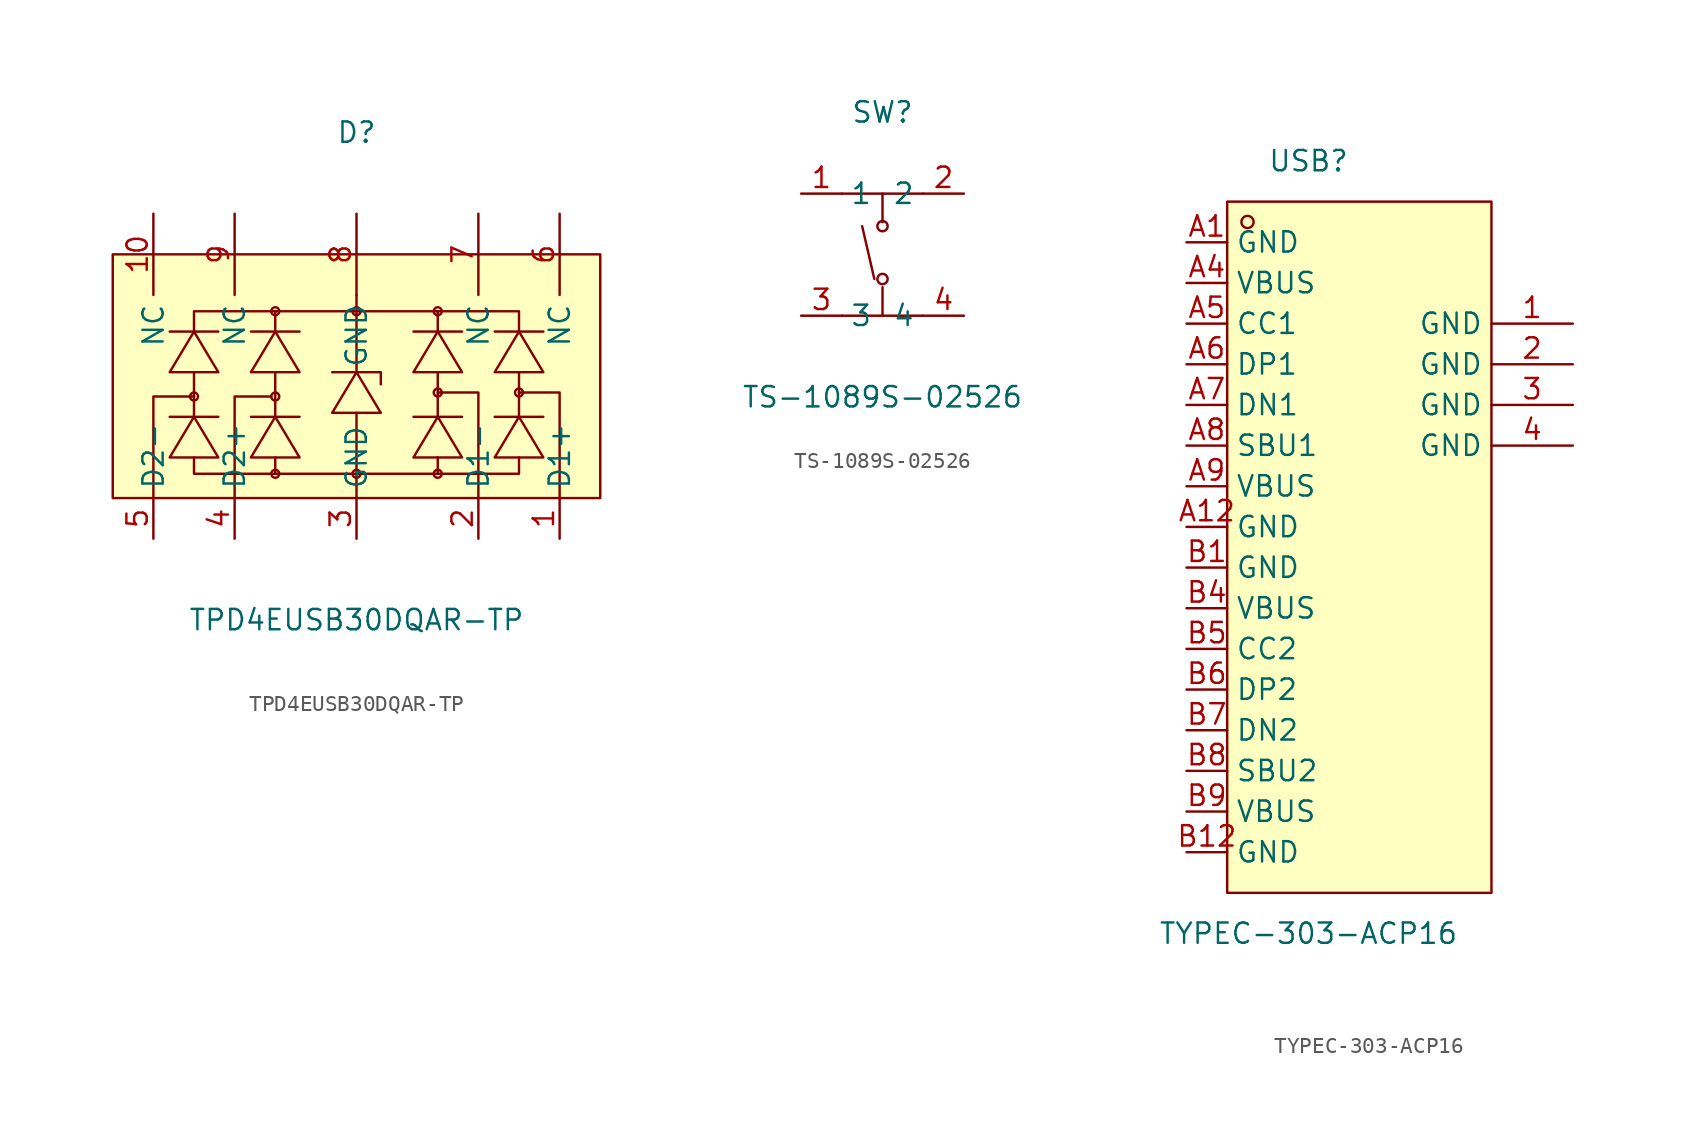
<source format=kicad_sym>
(kicad_symbol_lib
  (version 20211014)
  (generator https://github.com/uPesy/easyeda2kicad.py)
  (symbol "TPD4EUSB30DQAR-TP"
    (property "Reference" "D"
      (at 0 15.24 0)
      (effects (font (size 1.27 1.27))))
    (property "Value" "TPD4EUSB30DQAR-TP"
      (at 0 -15.24 0)
      (effects (font (size 1.27 1.27))))
    (symbol "TPD4EUSB30DQAR-TP_0_1"
      (rectangle (start -15.24 7.62) (end 15.24 -7.62) (stroke (width 0) (type default) (color 0 0 0 0)) (fill (type background)))
      (circle (center 0.00 4.06) (radius 0.25) (stroke (width 0) (type default) (color 0 0 0 0)) (fill (type none)))
      (circle (center 0.00 -6.10) (radius 0.25) (stroke (width 0) (type default) (color 0 0 0 0)) (fill (type none)))
      (circle (center 5.08 -6.10) (radius 0.25) (stroke (width 0) (type default) (color 0 0 0 0)) (fill (type none)))
      (circle (center 5.08 4.06) (radius 0.25) (stroke (width 0) (type default) (color 0 0 0 0)) (fill (type none)))
      (circle (center -5.08 4.06) (radius 0.25) (stroke (width 0) (type default) (color 0 0 0 0)) (fill (type none)))
      (circle (center -5.08 -6.10) (radius 0.25) (stroke (width 0) (type default) (color 0 0 0 0)) (fill (type none)))
      (circle (center -10.16 -1.27) (radius 0.25) (stroke (width 0) (type default) (color 0 0 0 0)) (fill (type none)))
      (circle (center -5.08 -1.27) (radius 0.25) (stroke (width 0) (type default) (color 0 0 0 0)) (fill (type none)))
      (circle (center 5.08 -1.02) (radius 0.25) (stroke (width 0) (type default) (color 0 0 0 0)) (fill (type none)))
      (circle (center 10.16 -1.02) (radius 0.25) (stroke (width 0) (type default) (color 0 0 0 0)) (fill (type none)))
      (polyline (pts (xy -8.64 -5.08) (xy -10.16 -2.54) (xy -11.68 -5.08) (xy -8.64 -5.08)) (stroke (width 0) (type default) (color 0 0 0 0)) (fill (type background)))
      (polyline (pts (xy -8.64 0.25) (xy -10.16 2.79) (xy -11.68 0.25) (xy -8.64 0.25)) (stroke (width 0) (type default) (color 0 0 0 0)) (fill (type background)))
      (polyline (pts (xy -3.56 -5.08) (xy -5.08 -2.54) (xy -6.60 -5.08) (xy -3.56 -5.08)) (stroke (width 0) (type default) (color 0 0 0 0)) (fill (type background)))
      (polyline (pts (xy -3.56 0.25) (xy -5.08 2.79) (xy -6.60 0.25) (xy -3.56 0.25)) (stroke (width 0) (type default) (color 0 0 0 0)) (fill (type background)))
      (polyline (pts (xy 6.60 -5.08) (xy 5.08 -2.54) (xy 3.56 -5.08) (xy 6.60 -5.08)) (stroke (width 0) (type default) (color 0 0 0 0)) (fill (type background)))
      (polyline (pts (xy 6.60 0.25) (xy 5.08 2.79) (xy 3.56 0.25) (xy 6.60 0.25)) (stroke (width 0) (type default) (color 0 0 0 0)) (fill (type background)))
      (polyline (pts (xy 11.68 -5.08) (xy 10.16 -2.54) (xy 8.64 -5.08) (xy 11.68 -5.08)) (stroke (width 0) (type default) (color 0 0 0 0)) (fill (type background)))
      (polyline (pts (xy 11.68 0.25) (xy 10.16 2.79) (xy 8.64 0.25) (xy 11.68 0.25)) (stroke (width 0) (type default) (color 0 0 0 0)) (fill (type background)))
      (polyline (pts (xy 1.52 -2.29) (xy 0.00 0.25) (xy -1.52 -2.29) (xy 1.52 -2.29)) (stroke (width 0) (type default) (color 0 0 0 0)) (fill (type background)))
      (polyline (pts (xy 0.00 4.06) (xy 0.00 5.08)) (stroke (width 0) (type default) (color 0 0 0 0)) (fill (type none)))
      (polyline (pts (xy 10.16 -1.02) (xy 12.70 -1.02) (xy 12.70 -7.62)) (stroke (width 0) (type default) (color 0 0 0 0)) (fill (type none)))
      (polyline (pts (xy 5.08 -1.02) (xy 7.62 -1.02) (xy 7.62 -7.62)) (stroke (width 0) (type default) (color 0 0 0 0)) (fill (type none)))
      (polyline (pts (xy 0.00 -6.10) (xy 0.00 -7.62)) (stroke (width 0) (type default) (color 0 0 0 0)) (fill (type none)))
      (polyline (pts (xy -5.33 -1.27) (xy -7.62 -1.27) (xy -7.62 -7.62)) (stroke (width 0) (type default) (color 0 0 0 0)) (fill (type none)))
      (polyline (pts (xy -10.16 -1.27) (xy -12.70 -1.27) (xy -12.70 -7.62)) (stroke (width 0) (type default) (color 0 0 0 0)) (fill (type none)))
      (polyline (pts (xy -11.68 -2.54) (xy -8.64 -2.54)) (stroke (width 0) (type default) (color 0 0 0 0)) (fill (type none)))
      (polyline (pts (xy -11.68 2.79) (xy -8.64 2.79)) (stroke (width 0) (type default) (color 0 0 0 0)) (fill (type none)))
      (polyline (pts (xy -6.60 -2.54) (xy -3.56 -2.54)) (stroke (width 0) (type default) (color 0 0 0 0)) (fill (type none)))
      (polyline (pts (xy -6.60 2.79) (xy -3.56 2.79)) (stroke (width 0) (type default) (color 0 0 0 0)) (fill (type none)))
      (polyline (pts (xy 3.56 -2.54) (xy 6.60 -2.54)) (stroke (width 0) (type default) (color 0 0 0 0)) (fill (type none)))
      (polyline (pts (xy 3.56 2.79) (xy 6.60 2.79)) (stroke (width 0) (type default) (color 0 0 0 0)) (fill (type none)))
      (polyline (pts (xy 8.64 -2.54) (xy 11.68 -2.54)) (stroke (width 0) (type default) (color 0 0 0 0)) (fill (type none)))
      (polyline (pts (xy 8.64 2.79) (xy 11.68 2.79)) (stroke (width 0) (type default) (color 0 0 0 0)) (fill (type none)))
      (polyline (pts (xy -1.52 0.25) (xy 1.52 0.25) (xy 1.52 -0.51)) (stroke (width 0) (type default) (color 0 0 0 0)) (fill (type none)))
      (polyline (pts (xy -10.16 -2.54) (xy -10.16 0.25)) (stroke (width 0) (type default) (color 0 0 0 0)) (fill (type none)))
      (polyline (pts (xy -5.08 -2.54) (xy -5.08 0.25)) (stroke (width 0) (type default) (color 0 0 0 0)) (fill (type none)))
      (polyline (pts (xy 5.08 -2.54) (xy 5.08 0.25)) (stroke (width 0) (type default) (color 0 0 0 0)) (fill (type none)))
      (polyline (pts (xy 10.16 -2.54) (xy 10.16 0.25)) (stroke (width 0) (type default) (color 0 0 0 0)) (fill (type none)))
      (polyline (pts (xy -10.16 2.79) (xy -10.16 4.06) (xy 10.16 4.06) (xy 10.16 2.79)) (stroke (width 0) (type default) (color 0 0 0 0)) (fill (type none)))
      (polyline (pts (xy 5.08 2.79) (xy 5.08 4.06)) (stroke (width 0) (type default) (color 0 0 0 0)) (fill (type none)))
      (polyline (pts (xy -5.08 2.79) (xy -5.08 4.06)) (stroke (width 0) (type default) (color 0 0 0 0)) (fill (type none)))
      (polyline (pts (xy -10.16 -5.08) (xy -10.16 -6.10) (xy 10.16 -6.10) (xy 10.16 -5.08)) (stroke (width 0) (type default) (color 0 0 0 0)) (fill (type none)))
      (polyline (pts (xy 5.08 -5.08) (xy 5.08 -6.10)) (stroke (width 0) (type default) (color 0 0 0 0)) (fill (type none)))
      (polyline (pts (xy -5.08 -5.08) (xy -5.08 -5.84) (xy -5.08 -6.10) (xy -5.08 -5.84)) (stroke (width 0) (type default) (color 0 0 0 0)) (fill (type none)))
      (polyline (pts (xy 0.00 -2.29) (xy 0.00 -6.10)) (stroke (width 0) (type default) (color 0 0 0 0)) (fill (type none)))
      (polyline (pts (xy 0.00 0.25) (xy 0.00 4.06)) (stroke (width 0) (type default) (color 0 0 0 0)) (fill (type none)))
      (pin unspecified line (at -12.70 10.16 270) (length 5.08) (name "NC" (effects (font (size 1.27 1.27)))) (number "10" (effects (font (size 1.27 1.27)))))
      (pin unspecified line (at -7.62 10.16 270) (length 5.08) (name "NC" (effects (font (size 1.27 1.27)))) (number "9" (effects (font (size 1.27 1.27)))))
      (pin unspecified line (at 0.00 10.16 270) (length 5.08) (name "GND" (effects (font (size 1.27 1.27)))) (number "8" (effects (font (size 1.27 1.27)))))
      (pin unspecified line (at 7.62 10.16 270) (length 5.08) (name "NC" (effects (font (size 1.27 1.27)))) (number "7" (effects (font (size 1.27 1.27)))))
      (pin unspecified line (at 12.70 10.16 270) (length 5.08) (name "NC" (effects (font (size 1.27 1.27)))) (number "6" (effects (font (size 1.27 1.27)))))
      (pin unspecified line (at 12.70 -10.16 90) (length 2.54) (name "D1+" (effects (font (size 1.27 1.27)))) (number "1" (effects (font (size 1.27 1.27)))))
      (pin unspecified line (at 7.62 -10.16 90) (length 2.54) (name "D1-" (effects (font (size 1.27 1.27)))) (number "2" (effects (font (size 1.27 1.27)))))
      (pin unspecified line (at 0.00 -10.16 90) (length 2.54) (name "GND" (effects (font (size 1.27 1.27)))) (number "3" (effects (font (size 1.27 1.27)))))
      (pin unspecified line (at -7.62 -10.16 90) (length 2.54) (name "D2+" (effects (font (size 1.27 1.27)))) (number "4" (effects (font (size 1.27 1.27)))))
      (pin unspecified line (at -12.70 -10.16 90) (length 2.54) (name "D2-" (effects (font (size 1.27 1.27)))) (number "5" (effects (font (size 1.27 1.27)))))))
  (symbol "TS-1089S-02526"
    (property "Reference" "SW"
      (at 0 7.62 0)
      (effects (font (size 1.27 1.27))))
    (property "Value" "TS-1089S-02526"
      (at 0 -10.16 0)
      (effects (font (size 1.27 1.27))))
    (symbol "TS-1089S-02526_0_1"
      (circle (center 0.00 0.51) (radius 0.32) (stroke (width 0) (type default) (color 0 0 0 0)) (fill (type none)))
      (circle (center 0.00 -2.79) (radius 0.32) (stroke (width 0) (type default) (color 0 0 0 0)) (fill (type none)))
      (polyline (pts (xy -2.54 -5.08) (xy 2.54 -5.08)) (stroke (width 0) (type default) (color 0 0 0 0)) (fill (type none)))
      (polyline (pts (xy -2.54 2.54) (xy 2.54 2.54)) (stroke (width 0) (type default) (color 0 0 0 0)) (fill (type none)))
      (polyline (pts (xy 0.00 0.76) (xy 0.00 2.54)) (stroke (width 0) (type default) (color 0 0 0 0)) (fill (type none)))
      (polyline (pts (xy 0.00 -3.30) (xy 0.00 -5.08)) (stroke (width 0) (type default) (color 0 0 0 0)) (fill (type none)))
      (polyline (pts (xy -0.51 -2.79) (xy -1.27 0.51)) (stroke (width 0) (type default) (color 0 0 0 0)) (fill (type none)))
      (pin unspecified line (at 5.08 2.54 180) (length 2.54) (name "2" (effects (font (size 1.27 1.27)))) (number "2" (effects (font (size 1.27 1.27)))))
      (pin unspecified line (at -5.08 2.54 0) (length 2.54) (name "1" (effects (font (size 1.27 1.27)))) (number "1" (effects (font (size 1.27 1.27)))))
      (pin unspecified line (at 5.08 -5.08 180) (length 2.54) (name "4" (effects (font (size 1.27 1.27)))) (number "4" (effects (font (size 1.27 1.27)))))
      (pin unspecified line (at -5.08 -5.08 0) (length 2.54) (name "3" (effects (font (size 1.27 1.27)))) (number "3" (effects (font (size 1.27 1.27)))))))
  (symbol "TYPEC-303-ACP16"
    (property "Reference" "USB"
      (at 0 24.13 0)
      (effects (font (size 1.27 1.27))))
    (property "Value" "TYPEC-303-ACP16"
      (at 0 -24.13 0)
      (effects (font (size 1.27 1.27))))
    (symbol "TYPEC-303-ACP16_0_1"
      (rectangle (start -5.08 21.59) (end 11.43 -21.59) (stroke (width 0) (type default) (color 0 0 0 0)) (fill (type background)))
      (circle (center -3.81 20.32) (radius 0.38) (stroke (width 0) (type default) (color 0 0 0 0)) (fill (type none)))
      (pin unspecified line (at -7.62 19.05 0) (length 2.54) (name "GND" (effects (font (size 1.27 1.27)))) (number "A1" (effects (font (size 1.27 1.27)))))
      (pin unspecified line (at -7.62 16.51 0) (length 2.54) (name "VBUS" (effects (font (size 1.27 1.27)))) (number "A4" (effects (font (size 1.27 1.27)))))
      (pin unspecified line (at -7.62 13.97 0) (length 2.54) (name "CC1" (effects (font (size 1.27 1.27)))) (number "A5" (effects (font (size 1.27 1.27)))))
      (pin unspecified line (at -7.62 11.43 0) (length 2.54) (name "DP1" (effects (font (size 1.27 1.27)))) (number "A6" (effects (font (size 1.27 1.27)))))
      (pin unspecified line (at -7.62 8.89 0) (length 2.54) (name "DN1" (effects (font (size 1.27 1.27)))) (number "A7" (effects (font (size 1.27 1.27)))))
      (pin unspecified line (at -7.62 6.35 0) (length 2.54) (name "SBU1" (effects (font (size 1.27 1.27)))) (number "A8" (effects (font (size 1.27 1.27)))))
      (pin unspecified line (at -7.62 3.81 0) (length 2.54) (name "VBUS" (effects (font (size 1.27 1.27)))) (number "A9" (effects (font (size 1.27 1.27)))))
      (pin unspecified line (at -7.62 1.27 0) (length 2.54) (name "GND" (effects (font (size 1.27 1.27)))) (number "A12" (effects (font (size 1.27 1.27)))))
      (pin unspecified line (at -7.62 -1.27 0) (length 2.54) (name "GND" (effects (font (size 1.27 1.27)))) (number "B1" (effects (font (size 1.27 1.27)))))
      (pin unspecified line (at -7.62 -3.81 0) (length 2.54) (name "VBUS" (effects (font (size 1.27 1.27)))) (number "B4" (effects (font (size 1.27 1.27)))))
      (pin unspecified line (at -7.62 -6.35 0) (length 2.54) (name "CC2" (effects (font (size 1.27 1.27)))) (number "B5" (effects (font (size 1.27 1.27)))))
      (pin unspecified line (at -7.62 -8.89 0) (length 2.54) (name "DP2" (effects (font (size 1.27 1.27)))) (number "B6" (effects (font (size 1.27 1.27)))))
      (pin unspecified line (at -7.62 -11.43 0) (length 2.54) (name "DN2" (effects (font (size 1.27 1.27)))) (number "B7" (effects (font (size 1.27 1.27)))))
      (pin unspecified line (at -7.62 -13.97 0) (length 2.54) (name "SBU2" (effects (font (size 1.27 1.27)))) (number "B8" (effects (font (size 1.27 1.27)))))
      (pin unspecified line (at -7.62 -16.51 0) (length 2.54) (name "VBUS" (effects (font (size 1.27 1.27)))) (number "B9" (effects (font (size 1.27 1.27)))))
      (pin unspecified line (at -7.62 -19.05 0) (length 2.54) (name "GND" (effects (font (size 1.27 1.27)))) (number "B12" (effects (font (size 1.27 1.27)))))
      (pin unspecified line (at 16.51 13.97 180) (length 5.08) (name "GND" (effects (font (size 1.27 1.27)))) (number "1" (effects (font (size 1.27 1.27)))))
      (pin unspecified line (at 16.51 11.43 180) (length 5.08) (name "GND" (effects (font (size 1.27 1.27)))) (number "2" (effects (font (size 1.27 1.27)))))
      (pin unspecified line (at 16.51 8.89 180) (length 5.08) (name "GND" (effects (font (size 1.27 1.27)))) (number "3" (effects (font (size 1.27 1.27)))))
      (pin unspecified line (at 16.51 6.35 180) (length 5.08) (name "GND" (effects (font (size 1.27 1.27)))) (number "4" (effects (font (size 1.27 1.27))))))))
</source>
